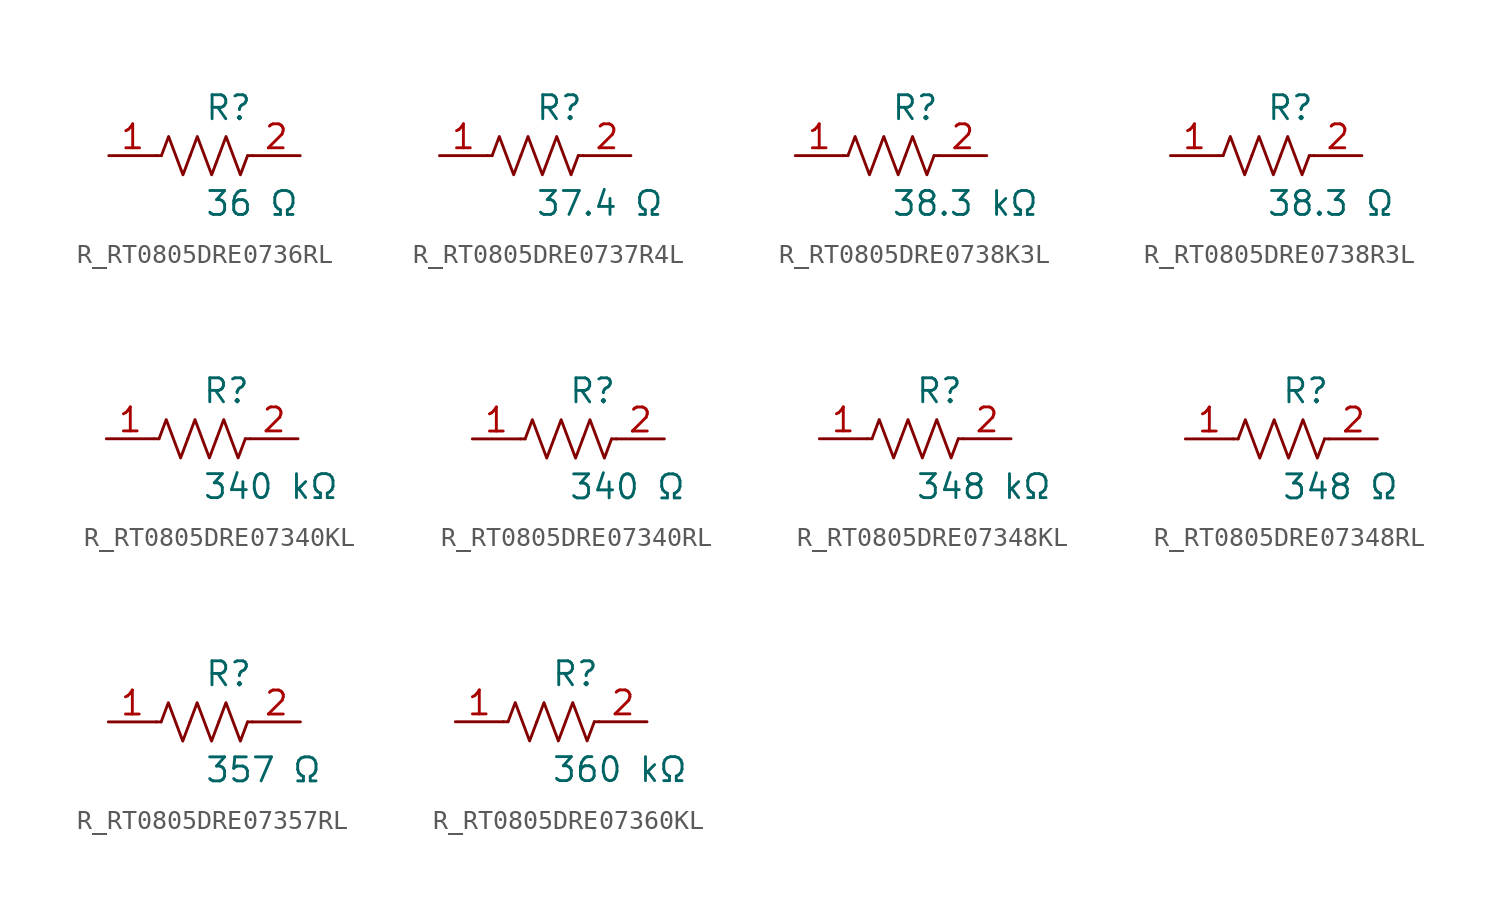
<source format=kicad_sym>
(kicad_symbol_lib
  (version 20231120)
  (generator kicad_symbol_editor)
  (generator_version 8.0)
  (symbol "R_RT0805DRE0736RL"
    (pin_names
      (offset 0.254))
    (property "Reference" "R"
      (at 0 2.54 0)
      (effects (font (size 1.27 1.27)) (justify left)))
    (property "Value" "36 Ω"
      (at 0 -2.54 0)
      (effects (font (size 1.27 1.27)) (justify left)))
    (symbol "R_RT0805DRE0736RL_0_1"
      (polyline (pts (xy 2.286 0) (xy 2.54 0)) (stroke (width 0) (type default)) (fill (type none)))
      (polyline (pts (xy -2.286 0) (xy -2.54 0)) (stroke (width 0) (type default)) (fill (type none)))
      (polyline (pts (xy 0.762 0) (xy 1.143 1.016) (xy 1.524 0) (xy 1.905 -1.016) (xy 2.286 0)) (stroke (width 0) (type default)) (fill (type none)))
      (polyline (pts (xy -0.762 0) (xy -0.381 1.016) (xy 0 0) (xy 0.381 -1.016) (xy 0.762 0)) (stroke (width 0) (type default)) (fill (type none)))
      (polyline (pts (xy -2.286 0) (xy -1.905 1.016) (xy -1.524 0) (xy -1.143 -1.016) (xy -0.762 0)) (stroke (width 0) (type default)) (fill (type none))))
    (pin passive line
      (at -5.08 0 0)
      (length 2.54)
      (name "" (effects (font (size 1.27 1.27))))
      (number "1" (effects (font (size 1.27 1.27)))))
    (pin passive line
      (at 5.08 0 180)
      (length 2.54)
      (name "" (effects (font (size 1.27 1.27))))
      (number "2" (effects (font (size 1.27 1.27))))))
  (symbol "R_RT0805DRE0737R4L"
    (pin_names
      (offset 0.254))
    (property "Reference" "R"
      (at 0 2.54 0)
      (effects (font (size 1.27 1.27)) (justify left)))
    (property "Value" "37.4 Ω"
      (at 0 -2.54 0)
      (effects (font (size 1.27 1.27)) (justify left)))
    (symbol "R_RT0805DRE0737R4L_0_1"
      (polyline (pts (xy 2.286 0) (xy 2.54 0)) (stroke (width 0) (type default)) (fill (type none)))
      (polyline (pts (xy -2.286 0) (xy -2.54 0)) (stroke (width 0) (type default)) (fill (type none)))
      (polyline (pts (xy 0.762 0) (xy 1.143 1.016) (xy 1.524 0) (xy 1.905 -1.016) (xy 2.286 0)) (stroke (width 0) (type default)) (fill (type none)))
      (polyline (pts (xy -0.762 0) (xy -0.381 1.016) (xy 0 0) (xy 0.381 -1.016) (xy 0.762 0)) (stroke (width 0) (type default)) (fill (type none)))
      (polyline (pts (xy -2.286 0) (xy -1.905 1.016) (xy -1.524 0) (xy -1.143 -1.016) (xy -0.762 0)) (stroke (width 0) (type default)) (fill (type none))))
    (pin passive line
      (at -5.08 0 0)
      (length 2.54)
      (name "" (effects (font (size 1.27 1.27))))
      (number "1" (effects (font (size 1.27 1.27)))))
    (pin passive line
      (at 5.08 0 180)
      (length 2.54)
      (name "" (effects (font (size 1.27 1.27))))
      (number "2" (effects (font (size 1.27 1.27))))))
  (symbol "R_RT0805DRE0738K3L"
    (pin_names
      (offset 0.254))
    (property "Reference" "R"
      (at 0 2.54 0)
      (effects (font (size 1.27 1.27)) (justify left)))
    (property "Value" "38.3 kΩ"
      (at 0 -2.54 0)
      (effects (font (size 1.27 1.27)) (justify left)))
    (symbol "R_RT0805DRE0738K3L_0_1"
      (polyline (pts (xy 2.286 0) (xy 2.54 0)) (stroke (width 0) (type default)) (fill (type none)))
      (polyline (pts (xy -2.286 0) (xy -2.54 0)) (stroke (width 0) (type default)) (fill (type none)))
      (polyline (pts (xy 0.762 0) (xy 1.143 1.016) (xy 1.524 0) (xy 1.905 -1.016) (xy 2.286 0)) (stroke (width 0) (type default)) (fill (type none)))
      (polyline (pts (xy -0.762 0) (xy -0.381 1.016) (xy 0 0) (xy 0.381 -1.016) (xy 0.762 0)) (stroke (width 0) (type default)) (fill (type none)))
      (polyline (pts (xy -2.286 0) (xy -1.905 1.016) (xy -1.524 0) (xy -1.143 -1.016) (xy -0.762 0)) (stroke (width 0) (type default)) (fill (type none))))
    (pin passive line
      (at -5.08 0 0)
      (length 2.54)
      (name "" (effects (font (size 1.27 1.27))))
      (number "1" (effects (font (size 1.27 1.27)))))
    (pin passive line
      (at 5.08 0 180)
      (length 2.54)
      (name "" (effects (font (size 1.27 1.27))))
      (number "2" (effects (font (size 1.27 1.27))))))
  (symbol "R_RT0805DRE0738R3L"
    (pin_names
      (offset 0.254))
    (property "Reference" "R"
      (at 0 2.54 0)
      (effects (font (size 1.27 1.27)) (justify left)))
    (property "Value" "38.3 Ω"
      (at 0 -2.54 0)
      (effects (font (size 1.27 1.27)) (justify left)))
    (symbol "R_RT0805DRE0738R3L_0_1"
      (polyline (pts (xy 2.286 0) (xy 2.54 0)) (stroke (width 0) (type default)) (fill (type none)))
      (polyline (pts (xy -2.286 0) (xy -2.54 0)) (stroke (width 0) (type default)) (fill (type none)))
      (polyline (pts (xy 0.762 0) (xy 1.143 1.016) (xy 1.524 0) (xy 1.905 -1.016) (xy 2.286 0)) (stroke (width 0) (type default)) (fill (type none)))
      (polyline (pts (xy -0.762 0) (xy -0.381 1.016) (xy 0 0) (xy 0.381 -1.016) (xy 0.762 0)) (stroke (width 0) (type default)) (fill (type none)))
      (polyline (pts (xy -2.286 0) (xy -1.905 1.016) (xy -1.524 0) (xy -1.143 -1.016) (xy -0.762 0)) (stroke (width 0) (type default)) (fill (type none))))
    (pin passive line
      (at -5.08 0 0)
      (length 2.54)
      (name "" (effects (font (size 1.27 1.27))))
      (number "1" (effects (font (size 1.27 1.27)))))
    (pin passive line
      (at 5.08 0 180)
      (length 2.54)
      (name "" (effects (font (size 1.27 1.27))))
      (number "2" (effects (font (size 1.27 1.27))))))
  (symbol "R_RT0805DRE07340KL"
    (pin_names
      (offset 0.254))
    (property "Reference" "R"
      (at 0 2.54 0)
      (effects (font (size 1.27 1.27)) (justify left)))
    (property "Value" "340 kΩ"
      (at 0 -2.54 0)
      (effects (font (size 1.27 1.27)) (justify left)))
    (symbol "R_RT0805DRE07340KL_0_1"
      (polyline (pts (xy 2.286 0) (xy 2.54 0)) (stroke (width 0) (type default)) (fill (type none)))
      (polyline (pts (xy -2.286 0) (xy -2.54 0)) (stroke (width 0) (type default)) (fill (type none)))
      (polyline (pts (xy 0.762 0) (xy 1.143 1.016) (xy 1.524 0) (xy 1.905 -1.016) (xy 2.286 0)) (stroke (width 0) (type default)) (fill (type none)))
      (polyline (pts (xy -0.762 0) (xy -0.381 1.016) (xy 0 0) (xy 0.381 -1.016) (xy 0.762 0)) (stroke (width 0) (type default)) (fill (type none)))
      (polyline (pts (xy -2.286 0) (xy -1.905 1.016) (xy -1.524 0) (xy -1.143 -1.016) (xy -0.762 0)) (stroke (width 0) (type default)) (fill (type none))))
    (pin passive line
      (at -5.08 0 0)
      (length 2.54)
      (name "" (effects (font (size 1.27 1.27))))
      (number "1" (effects (font (size 1.27 1.27)))))
    (pin passive line
      (at 5.08 0 180)
      (length 2.54)
      (name "" (effects (font (size 1.27 1.27))))
      (number "2" (effects (font (size 1.27 1.27))))))
  (symbol "R_RT0805DRE07340RL"
    (pin_names
      (offset 0.254))
    (property "Reference" "R"
      (at 0 2.54 0)
      (effects (font (size 1.27 1.27)) (justify left)))
    (property "Value" "340 Ω"
      (at 0 -2.54 0)
      (effects (font (size 1.27 1.27)) (justify left)))
    (symbol "R_RT0805DRE07340RL_0_1"
      (polyline (pts (xy 2.286 0) (xy 2.54 0)) (stroke (width 0) (type default)) (fill (type none)))
      (polyline (pts (xy -2.286 0) (xy -2.54 0)) (stroke (width 0) (type default)) (fill (type none)))
      (polyline (pts (xy 0.762 0) (xy 1.143 1.016) (xy 1.524 0) (xy 1.905 -1.016) (xy 2.286 0)) (stroke (width 0) (type default)) (fill (type none)))
      (polyline (pts (xy -0.762 0) (xy -0.381 1.016) (xy 0 0) (xy 0.381 -1.016) (xy 0.762 0)) (stroke (width 0) (type default)) (fill (type none)))
      (polyline (pts (xy -2.286 0) (xy -1.905 1.016) (xy -1.524 0) (xy -1.143 -1.016) (xy -0.762 0)) (stroke (width 0) (type default)) (fill (type none))))
    (pin passive line
      (at -5.08 0 0)
      (length 2.54)
      (name "" (effects (font (size 1.27 1.27))))
      (number "1" (effects (font (size 1.27 1.27)))))
    (pin passive line
      (at 5.08 0 180)
      (length 2.54)
      (name "" (effects (font (size 1.27 1.27))))
      (number "2" (effects (font (size 1.27 1.27))))))
  (symbol "R_RT0805DRE07348KL"
    (pin_names
      (offset 0.254))
    (property "Reference" "R"
      (at 0 2.54 0)
      (effects (font (size 1.27 1.27)) (justify left)))
    (property "Value" "348 kΩ"
      (at 0 -2.54 0)
      (effects (font (size 1.27 1.27)) (justify left)))
    (symbol "R_RT0805DRE07348KL_0_1"
      (polyline (pts (xy 2.286 0) (xy 2.54 0)) (stroke (width 0) (type default)) (fill (type none)))
      (polyline (pts (xy -2.286 0) (xy -2.54 0)) (stroke (width 0) (type default)) (fill (type none)))
      (polyline (pts (xy 0.762 0) (xy 1.143 1.016) (xy 1.524 0) (xy 1.905 -1.016) (xy 2.286 0)) (stroke (width 0) (type default)) (fill (type none)))
      (polyline (pts (xy -0.762 0) (xy -0.381 1.016) (xy 0 0) (xy 0.381 -1.016) (xy 0.762 0)) (stroke (width 0) (type default)) (fill (type none)))
      (polyline (pts (xy -2.286 0) (xy -1.905 1.016) (xy -1.524 0) (xy -1.143 -1.016) (xy -0.762 0)) (stroke (width 0) (type default)) (fill (type none))))
    (pin passive line
      (at -5.08 0 0)
      (length 2.54)
      (name "" (effects (font (size 1.27 1.27))))
      (number "1" (effects (font (size 1.27 1.27)))))
    (pin passive line
      (at 5.08 0 180)
      (length 2.54)
      (name "" (effects (font (size 1.27 1.27))))
      (number "2" (effects (font (size 1.27 1.27))))))
  (symbol "R_RT0805DRE07348RL"
    (pin_names
      (offset 0.254))
    (property "Reference" "R"
      (at 0 2.54 0)
      (effects (font (size 1.27 1.27)) (justify left)))
    (property "Value" "348 Ω"
      (at 0 -2.54 0)
      (effects (font (size 1.27 1.27)) (justify left)))
    (symbol "R_RT0805DRE07348RL_0_1"
      (polyline (pts (xy 2.286 0) (xy 2.54 0)) (stroke (width 0) (type default)) (fill (type none)))
      (polyline (pts (xy -2.286 0) (xy -2.54 0)) (stroke (width 0) (type default)) (fill (type none)))
      (polyline (pts (xy 0.762 0) (xy 1.143 1.016) (xy 1.524 0) (xy 1.905 -1.016) (xy 2.286 0)) (stroke (width 0) (type default)) (fill (type none)))
      (polyline (pts (xy -0.762 0) (xy -0.381 1.016) (xy 0 0) (xy 0.381 -1.016) (xy 0.762 0)) (stroke (width 0) (type default)) (fill (type none)))
      (polyline (pts (xy -2.286 0) (xy -1.905 1.016) (xy -1.524 0) (xy -1.143 -1.016) (xy -0.762 0)) (stroke (width 0) (type default)) (fill (type none))))
    (pin passive line
      (at -5.08 0 0)
      (length 2.54)
      (name "" (effects (font (size 1.27 1.27))))
      (number "1" (effects (font (size 1.27 1.27)))))
    (pin passive line
      (at 5.08 0 180)
      (length 2.54)
      (name "" (effects (font (size 1.27 1.27))))
      (number "2" (effects (font (size 1.27 1.27))))))
  (symbol "R_RT0805DRE07357RL"
    (pin_names
      (offset 0.254))
    (property "Reference" "R"
      (at 0 2.54 0)
      (effects (font (size 1.27 1.27)) (justify left)))
    (property "Value" "357 Ω"
      (at 0 -2.54 0)
      (effects (font (size 1.27 1.27)) (justify left)))
    (symbol "R_RT0805DRE07357RL_0_1"
      (polyline (pts (xy 2.286 0) (xy 2.54 0)) (stroke (width 0) (type default)) (fill (type none)))
      (polyline (pts (xy -2.286 0) (xy -2.54 0)) (stroke (width 0) (type default)) (fill (type none)))
      (polyline (pts (xy 0.762 0) (xy 1.143 1.016) (xy 1.524 0) (xy 1.905 -1.016) (xy 2.286 0)) (stroke (width 0) (type default)) (fill (type none)))
      (polyline (pts (xy -0.762 0) (xy -0.381 1.016) (xy 0 0) (xy 0.381 -1.016) (xy 0.762 0)) (stroke (width 0) (type default)) (fill (type none)))
      (polyline (pts (xy -2.286 0) (xy -1.905 1.016) (xy -1.524 0) (xy -1.143 -1.016) (xy -0.762 0)) (stroke (width 0) (type default)) (fill (type none))))
    (pin passive line
      (at -5.08 0 0)
      (length 2.54)
      (name "" (effects (font (size 1.27 1.27))))
      (number "1" (effects (font (size 1.27 1.27)))))
    (pin passive line
      (at 5.08 0 180)
      (length 2.54)
      (name "" (effects (font (size 1.27 1.27))))
      (number "2" (effects (font (size 1.27 1.27))))))
  (symbol "R_RT0805DRE07360KL"
    (pin_names
      (offset 0.254))
    (property "Reference" "R"
      (at 0 2.54 0)
      (effects (font (size 1.27 1.27)) (justify left)))
    (property "Value" "360 kΩ"
      (at 0 -2.54 0)
      (effects (font (size 1.27 1.27)) (justify left)))
    (symbol "R_RT0805DRE07360KL_0_1"
      (polyline (pts (xy 2.286 0) (xy 2.54 0)) (stroke (width 0) (type default)) (fill (type none)))
      (polyline (pts (xy -2.286 0) (xy -2.54 0)) (stroke (width 0) (type default)) (fill (type none)))
      (polyline (pts (xy 0.762 0) (xy 1.143 1.016) (xy 1.524 0) (xy 1.905 -1.016) (xy 2.286 0)) (stroke (width 0) (type default)) (fill (type none)))
      (polyline (pts (xy -0.762 0) (xy -0.381 1.016) (xy 0 0) (xy 0.381 -1.016) (xy 0.762 0)) (stroke (width 0) (type default)) (fill (type none)))
      (polyline (pts (xy -2.286 0) (xy -1.905 1.016) (xy -1.524 0) (xy -1.143 -1.016) (xy -0.762 0)) (stroke (width 0) (type default)) (fill (type none))))
    (pin passive line
      (at -5.08 0 0)
      (length 2.54)
      (name "" (effects (font (size 1.27 1.27))))
      (number "1" (effects (font (size 1.27 1.27)))))
    (pin passive line
      (at 5.08 0 180)
      (length 2.54)
      (name "" (effects (font (size 1.27 1.27))))
      (number "2" (effects (font (size 1.27 1.27)))))))
</source>
